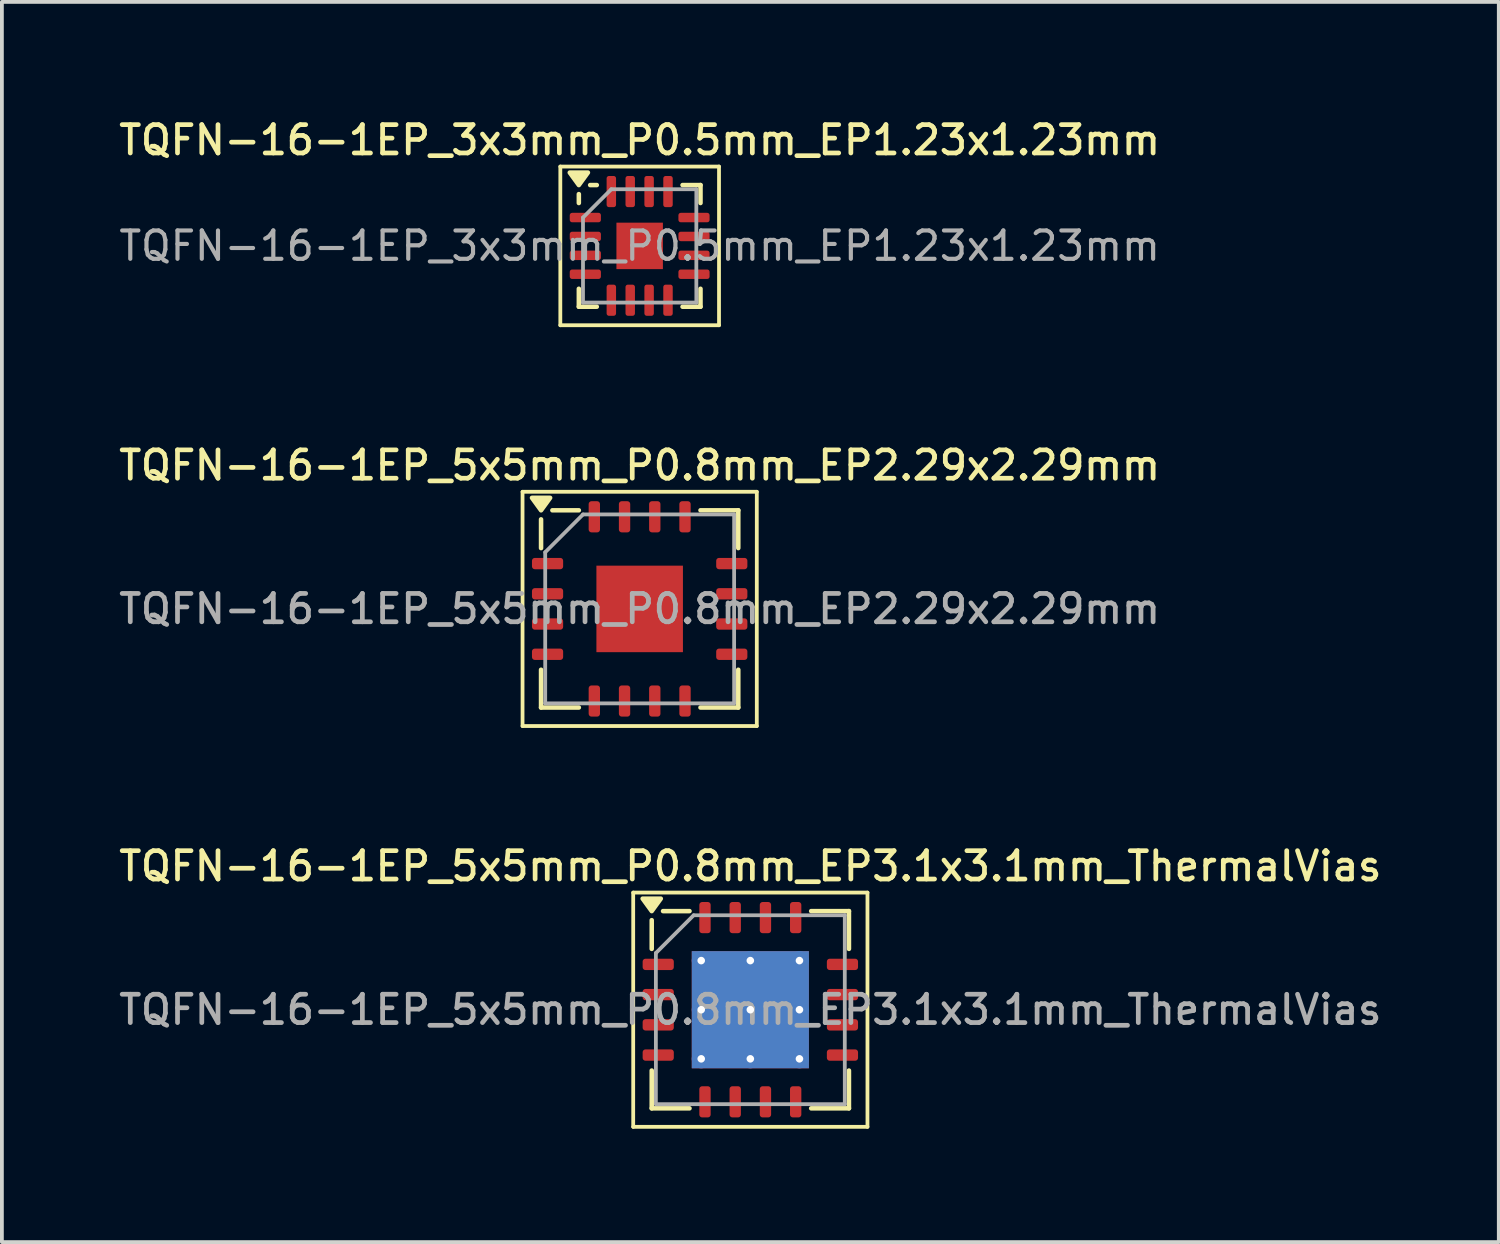
<source format=kicad_pcb>
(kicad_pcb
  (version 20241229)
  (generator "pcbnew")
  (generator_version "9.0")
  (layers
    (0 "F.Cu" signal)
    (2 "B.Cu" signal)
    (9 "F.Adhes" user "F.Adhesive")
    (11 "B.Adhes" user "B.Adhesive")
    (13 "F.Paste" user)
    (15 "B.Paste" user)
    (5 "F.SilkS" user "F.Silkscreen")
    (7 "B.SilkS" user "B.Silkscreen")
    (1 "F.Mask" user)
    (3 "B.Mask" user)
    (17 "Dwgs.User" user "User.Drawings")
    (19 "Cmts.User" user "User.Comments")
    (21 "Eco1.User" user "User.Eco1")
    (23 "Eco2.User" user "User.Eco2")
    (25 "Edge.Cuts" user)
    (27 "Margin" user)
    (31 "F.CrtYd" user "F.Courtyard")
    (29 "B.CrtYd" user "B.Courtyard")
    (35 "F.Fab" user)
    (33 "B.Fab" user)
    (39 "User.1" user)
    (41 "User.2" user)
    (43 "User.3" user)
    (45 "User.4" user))
  (footprint "TQFN-16-1EP_5x5mm_P0.8mm_EP3.1x3.1mm_ThermalVias"
    (layer "F.Cu")
    (at 16.809 23.674)
    (property "Reference" "TQFN-16-1EP_5x5mm_P0.8mm_EP3.1x3.1mm_ThermalVias" (at 0 -3.8 0) (layer "F.SilkS") (effects (font (size 0.75 0.75) (thickness 0.125))))
    (attr smd)
    (fp_line (start -3.1 -3.1) (end -3.1 3.1) (stroke (width 0.1) (type solid)) (layer "F.SilkS"))
    (fp_line (start -3.1 3.1) (end 3.1 3.1) (stroke (width 0.1) (type solid)) (layer "F.SilkS"))
    (fp_line (start -2.61 -1.61) (end -2.61 -2.37) (stroke (width 0.12) (type solid)) (layer "F.SilkS"))
    (fp_line (start -2.61 2.61) (end -2.61 1.61) (stroke (width 0.12) (type solid)) (layer "F.SilkS"))
    (fp_line (start -1.61 -2.61) (end -2.31 -2.61) (stroke (width 0.12) (type solid)) (layer "F.SilkS"))
    (fp_line (start -1.61 2.61) (end -2.61 2.61) (stroke (width 0.12) (type solid)) (layer "F.SilkS"))
    (fp_line (start 1.61 -2.61) (end 2.61 -2.61) (stroke (width 0.12) (type solid)) (layer "F.SilkS"))
    (fp_line (start 1.61 2.61) (end 2.61 2.61) (stroke (width 0.12) (type solid)) (layer "F.SilkS"))
    (fp_line (start 2.61 -2.61) (end 2.61 -1.61) (stroke (width 0.12) (type solid)) (layer "F.SilkS"))
    (fp_line (start 2.61 2.61) (end 2.61 1.61) (stroke (width 0.12) (type solid)) (layer "F.SilkS"))
    (fp_line (start 3.1 -3.1) (end -3.1 -3.1) (stroke (width 0.1) (type solid)) (layer "F.SilkS"))
    (fp_line (start 3.1 3.1) (end 3.1 -3.1) (stroke (width 0.1) (type solid)) (layer "F.SilkS"))
    (fp_poly (pts (xy -2.61 -2.61) (xy -2.85 -2.94) (xy -2.37 -2.94) (xy -2.61 -2.61)) (stroke (width 0.12) (type solid)) (fill yes) (layer "F.SilkS"))
    (fp_line (start -2.5 -1.5) (end -1.5 -2.5) (stroke (width 0.1) (type solid)) (layer "F.Fab"))
    (fp_line (start -2.5 2.5) (end -2.5 -1.5) (stroke (width 0.1) (type solid)) (layer "F.Fab"))
    (fp_line (start -1.5 -2.5) (end 2.5 -2.5) (stroke (width 0.1) (type solid)) (layer "F.Fab"))
    (fp_line (start 2.5 -2.5) (end 2.5 2.5) (stroke (width 0.1) (type solid)) (layer "F.Fab"))
    (fp_line (start 2.5 2.5) (end -2.5 2.5) (stroke (width 0.1) (type solid)) (layer "F.Fab"))
    (fp_text user "${REFERENCE}" (at 0 0 0) (layer "F.Fab") (effects (font (size 0.75 0.75) (thickness 0.125))))
    (pad "" smd roundrect (at -0.775 -0.775) (size 1.34 1.34) (layers "F.Paste") (roundrect_rratio 0.187))
    (pad "" smd roundrect (at -0.775 0.775) (size 1.34 1.34) (layers "F.Paste") (roundrect_rratio 0.187))
    (pad "" smd roundrect (at 0.775 -0.775) (size 1.34 1.34) (layers "F.Paste") (roundrect_rratio 0.187))
    (pad "" smd roundrect (at 0.775 0.775) (size 1.34 1.34) (layers "F.Paste") (roundrect_rratio 0.187))
    (pad "1" smd roundrect (at -2.438 -1.2) (size 0.825 0.3) (layers "F.Cu" "F.Mask" "F.Paste") (roundrect_rratio 0.25))
    (pad "2" smd roundrect (at -2.438 -0.4) (size 0.825 0.3) (layers "F.Cu" "F.Mask" "F.Paste") (roundrect_rratio 0.25))
    (pad "3" smd roundrect (at -2.438 0.4) (size 0.825 0.3) (layers "F.Cu" "F.Mask" "F.Paste") (roundrect_rratio 0.25))
    (pad "4" smd roundrect (at -2.438 1.2) (size 0.825 0.3) (layers "F.Cu" "F.Mask" "F.Paste") (roundrect_rratio 0.25))
    (pad "5" smd roundrect (at -1.2 2.438) (size 0.3 0.825) (layers "F.Cu" "F.Mask" "F.Paste") (roundrect_rratio 0.25))
    (pad "6" smd roundrect (at -0.4 2.438) (size 0.3 0.825) (layers "F.Cu" "F.Mask" "F.Paste") (roundrect_rratio 0.25))
    (pad "7" smd roundrect (at 0.4 2.438) (size 0.3 0.825) (layers "F.Cu" "F.Mask" "F.Paste") (roundrect_rratio 0.25))
    (pad "8" smd roundrect (at 1.2 2.438) (size 0.3 0.825) (layers "F.Cu" "F.Mask" "F.Paste") (roundrect_rratio 0.25))
    (pad "9" smd roundrect (at 2.438 1.2) (size 0.825 0.3) (layers "F.Cu" "F.Mask" "F.Paste") (roundrect_rratio 0.25))
    (pad "10" smd roundrect (at 2.438 0.4) (size 0.825 0.3) (layers "F.Cu" "F.Mask" "F.Paste") (roundrect_rratio 0.25))
    (pad "11" smd roundrect (at 2.438 -0.4) (size 0.825 0.3) (layers "F.Cu" "F.Mask" "F.Paste") (roundrect_rratio 0.25))
    (pad "12" smd roundrect (at 2.438 -1.2) (size 0.825 0.3) (layers "F.Cu" "F.Mask" "F.Paste") (roundrect_rratio 0.25))
    (pad "13" smd roundrect (at 1.2 -2.438) (size 0.3 0.825) (layers "F.Cu" "F.Mask" "F.Paste") (roundrect_rratio 0.25))
    (pad "14" smd roundrect (at 0.4 -2.438) (size 0.3 0.825) (layers "F.Cu" "F.Mask" "F.Paste") (roundrect_rratio 0.25))
    (pad "15" smd roundrect (at -0.4 -2.438) (size 0.3 0.825) (layers "F.Cu" "F.Mask" "F.Paste") (roundrect_rratio 0.25))
    (pad "16" smd roundrect (at -1.2 -2.438) (size 0.3 0.825) (layers "F.Cu" "F.Mask" "F.Paste") (roundrect_rratio 0.25))
    (pad "17" thru_hole circle (at -1.3 -1.3) (size 0.5 0.5) (drill 0.2) (property pad_prop_heatsink) (layers "*.Cu"))
    (pad "17" thru_hole circle (at -1.3 0) (size 0.5 0.5) (drill 0.2) (property pad_prop_heatsink) (layers "*.Cu"))
    (pad "17" thru_hole circle (at -1.3 1.3) (size 0.5 0.5) (drill 0.2) (property pad_prop_heatsink) (layers "*.Cu"))
    (pad "17" thru_hole circle (at 0 -1.3) (size 0.5 0.5) (drill 0.2) (property pad_prop_heatsink) (layers "*.Cu"))
    (pad "17" thru_hole circle (at 0 0) (size 0.5 0.5) (drill 0.2) (property pad_prop_heatsink) (layers "*.Cu"))
    (pad "17" smd rect (at 0 0) (size 3.1 3.1) (property pad_prop_heatsink) (layers "F.Cu" "F.Mask"))
    (pad "17" smd rect (at 0 0) (size 3.1 3.1) (property pad_prop_heatsink) (layers "B.Cu"))
    (pad "17" thru_hole circle (at 0 1.3) (size 0.5 0.5) (drill 0.2) (property pad_prop_heatsink) (layers "*.Cu"))
    (pad "17" thru_hole circle (at 1.3 -1.3) (size 0.5 0.5) (drill 0.2) (property pad_prop_heatsink) (layers "*.Cu"))
    (pad "17" thru_hole circle (at 1.3 0) (size 0.5 0.5) (drill 0.2) (property pad_prop_heatsink) (layers "*.Cu"))
    (pad "17" thru_hole circle (at 1.3 1.3) (size 0.5 0.5) (drill 0.2) (property pad_prop_heatsink) (layers "*.Cu")))
  (footprint "TQFN-16-1EP_5x5mm_P0.8mm_EP2.29x2.29mm"
    (layer "F.Cu")
    (at 13.88 13.066)
    (property "Reference" "TQFN-16-1EP_5x5mm_P0.8mm_EP2.29x2.29mm" (at 0 -3.8 0) (layer "F.SilkS") (effects (font (size 0.75 0.75) (thickness 0.125))))
    (attr smd)
    (fp_line (start -3.1 -3.1) (end -3.1 3.1) (stroke (width 0.1) (type solid)) (layer "F.SilkS"))
    (fp_line (start -3.1 3.1) (end 3.1 3.1) (stroke (width 0.1) (type solid)) (layer "F.SilkS"))
    (fp_line (start -2.61 -1.61) (end -2.61 -2.37) (stroke (width 0.12) (type solid)) (layer "F.SilkS"))
    (fp_line (start -2.61 2.61) (end -2.61 1.61) (stroke (width 0.12) (type solid)) (layer "F.SilkS"))
    (fp_line (start -1.61 -2.61) (end -2.31 -2.61) (stroke (width 0.12) (type solid)) (layer "F.SilkS"))
    (fp_line (start -1.61 2.61) (end -2.61 2.61) (stroke (width 0.12) (type solid)) (layer "F.SilkS"))
    (fp_line (start 1.61 -2.61) (end 2.61 -2.61) (stroke (width 0.12) (type solid)) (layer "F.SilkS"))
    (fp_line (start 1.61 2.61) (end 2.61 2.61) (stroke (width 0.12) (type solid)) (layer "F.SilkS"))
    (fp_line (start 2.61 -2.61) (end 2.61 -1.61) (stroke (width 0.12) (type solid)) (layer "F.SilkS"))
    (fp_line (start 2.61 2.61) (end 2.61 1.61) (stroke (width 0.12) (type solid)) (layer "F.SilkS"))
    (fp_line (start 3.1 -3.1) (end -3.1 -3.1) (stroke (width 0.1) (type solid)) (layer "F.SilkS"))
    (fp_line (start 3.1 3.1) (end 3.1 -3.1) (stroke (width 0.1) (type solid)) (layer "F.SilkS"))
    (fp_poly (pts (xy -2.61 -2.61) (xy -2.85 -2.94) (xy -2.37 -2.94) (xy -2.61 -2.61)) (stroke (width 0.12) (type solid)) (fill yes) (layer "F.SilkS"))
    (fp_line (start -2.5 -1.5) (end -1.5 -2.5) (stroke (width 0.1) (type solid)) (layer "F.Fab"))
    (fp_line (start -2.5 2.5) (end -2.5 -1.5) (stroke (width 0.1) (type solid)) (layer "F.Fab"))
    (fp_line (start -1.5 -2.5) (end 2.5 -2.5) (stroke (width 0.1) (type solid)) (layer "F.Fab"))
    (fp_line (start 2.5 -2.5) (end 2.5 2.5) (stroke (width 0.1) (type solid)) (layer "F.Fab"))
    (fp_line (start 2.5 2.5) (end -2.5 2.5) (stroke (width 0.1) (type solid)) (layer "F.Fab"))
    (fp_text user "${REFERENCE}" (at 0 0 0) (layer "F.Fab") (effects (font (size 0.75 0.75) (thickness 0.125))))
    (pad "" smd roundrect (at -0.57 -0.57) (size 0.92 0.92) (layers "F.Paste") (roundrect_rratio 0.25))
    (pad "" smd roundrect (at -0.57 0.57) (size 0.92 0.92) (layers "F.Paste") (roundrect_rratio 0.25))
    (pad "" smd roundrect (at 0.57 -0.57) (size 0.92 0.92) (layers "F.Paste") (roundrect_rratio 0.25))
    (pad "" smd roundrect (at 0.57 0.57) (size 0.92 0.92) (layers "F.Paste") (roundrect_rratio 0.25))
    (pad "1" smd roundrect (at -2.438 -1.2) (size 0.825 0.3) (layers "F.Cu" "F.Mask" "F.Paste") (roundrect_rratio 0.25))
    (pad "2" smd roundrect (at -2.438 -0.4) (size 0.825 0.3) (layers "F.Cu" "F.Mask" "F.Paste") (roundrect_rratio 0.25))
    (pad "3" smd roundrect (at -2.438 0.4) (size 0.825 0.3) (layers "F.Cu" "F.Mask" "F.Paste") (roundrect_rratio 0.25))
    (pad "4" smd roundrect (at -2.438 1.2) (size 0.825 0.3) (layers "F.Cu" "F.Mask" "F.Paste") (roundrect_rratio 0.25))
    (pad "5" smd roundrect (at -1.2 2.438) (size 0.3 0.825) (layers "F.Cu" "F.Mask" "F.Paste") (roundrect_rratio 0.25))
    (pad "6" smd roundrect (at -0.4 2.438) (size 0.3 0.825) (layers "F.Cu" "F.Mask" "F.Paste") (roundrect_rratio 0.25))
    (pad "7" smd roundrect (at 0.4 2.438) (size 0.3 0.825) (layers "F.Cu" "F.Mask" "F.Paste") (roundrect_rratio 0.25))
    (pad "8" smd roundrect (at 1.2 2.438) (size 0.3 0.825) (layers "F.Cu" "F.Mask" "F.Paste") (roundrect_rratio 0.25))
    (pad "9" smd roundrect (at 2.438 1.2) (size 0.825 0.3) (layers "F.Cu" "F.Mask" "F.Paste") (roundrect_rratio 0.25))
    (pad "10" smd roundrect (at 2.438 0.4) (size 0.825 0.3) (layers "F.Cu" "F.Mask" "F.Paste") (roundrect_rratio 0.25))
    (pad "11" smd roundrect (at 2.438 -0.4) (size 0.825 0.3) (layers "F.Cu" "F.Mask" "F.Paste") (roundrect_rratio 0.25))
    (pad "12" smd roundrect (at 2.438 -1.2) (size 0.825 0.3) (layers "F.Cu" "F.Mask" "F.Paste") (roundrect_rratio 0.25))
    (pad "13" smd roundrect (at 1.2 -2.438) (size 0.3 0.825) (layers "F.Cu" "F.Mask" "F.Paste") (roundrect_rratio 0.25))
    (pad "14" smd roundrect (at 0.4 -2.438) (size 0.3 0.825) (layers "F.Cu" "F.Mask" "F.Paste") (roundrect_rratio 0.25))
    (pad "15" smd roundrect (at -0.4 -2.438) (size 0.3 0.825) (layers "F.Cu" "F.Mask" "F.Paste") (roundrect_rratio 0.25))
    (pad "16" smd roundrect (at -1.2 -2.438) (size 0.3 0.825) (layers "F.Cu" "F.Mask" "F.Paste") (roundrect_rratio 0.25))
    (pad "17" smd rect (at 0 0) (size 2.29 2.29) (property pad_prop_heatsink) (layers "F.Cu" "F.Mask")))
  (footprint "TQFN-16-1EP_3x3mm_P0.5mm_EP1.23x1.23mm"
    (layer "F.Cu")
    (at 13.88 3.458)
    (property "Reference" "TQFN-16-1EP_3x3mm_P0.5mm_EP1.23x1.23mm" (at 0 -2.8 0) (layer "F.SilkS") (effects (font (size 0.75 0.75) (thickness 0.125))))
    (attr smd)
    (fp_line (start -2.1 -2.1) (end -2.1 2.1) (stroke (width 0.1) (type solid)) (layer "F.SilkS"))
    (fp_line (start -2.1 2.1) (end 2.1 2.1) (stroke (width 0.1) (type solid)) (layer "F.SilkS"))
    (fp_line (start -1.61 -1.135) (end -1.61 -1.37) (stroke (width 0.12) (type solid)) (layer "F.SilkS"))
    (fp_line (start -1.61 1.61) (end -1.61 1.135) (stroke (width 0.12) (type solid)) (layer "F.SilkS"))
    (fp_line (start -1.135 -1.61) (end -1.31 -1.61) (stroke (width 0.12) (type solid)) (layer "F.SilkS"))
    (fp_line (start -1.135 1.61) (end -1.61 1.61) (stroke (width 0.12) (type solid)) (layer "F.SilkS"))
    (fp_line (start 1.135 -1.61) (end 1.61 -1.61) (stroke (width 0.12) (type solid)) (layer "F.SilkS"))
    (fp_line (start 1.135 1.61) (end 1.61 1.61) (stroke (width 0.12) (type solid)) (layer "F.SilkS"))
    (fp_line (start 1.61 -1.61) (end 1.61 -1.135) (stroke (width 0.12) (type solid)) (layer "F.SilkS"))
    (fp_line (start 1.61 1.61) (end 1.61 1.135) (stroke (width 0.12) (type solid)) (layer "F.SilkS"))
    (fp_line (start 2.1 -2.1) (end -2.1 -2.1) (stroke (width 0.1) (type solid)) (layer "F.SilkS"))
    (fp_line (start 2.1 2.1) (end 2.1 -2.1) (stroke (width 0.1) (type solid)) (layer "F.SilkS"))
    (fp_poly (pts (xy -1.61 -1.61) (xy -1.85 -1.94) (xy -1.37 -1.94) (xy -1.61 -1.61)) (stroke (width 0.12) (type solid)) (fill yes) (layer "F.SilkS"))
    (fp_line (start -1.5 -0.75) (end -0.75 -1.5) (stroke (width 0.1) (type solid)) (layer "F.Fab"))
    (fp_line (start -1.5 1.5) (end -1.5 -0.75) (stroke (width 0.1) (type solid)) (layer "F.Fab"))
    (fp_line (start -0.75 -1.5) (end 1.5 -1.5) (stroke (width 0.1) (type solid)) (layer "F.Fab"))
    (fp_line (start 1.5 -1.5) (end 1.5 1.5) (stroke (width 0.1) (type solid)) (layer "F.Fab"))
    (fp_line (start 1.5 1.5) (end -1.5 1.5) (stroke (width 0.1) (type solid)) (layer "F.Fab"))
    (fp_text user "${REFERENCE}" (at 0 0 0) (layer "F.Fab") (effects (font (size 0.75 0.75) (thickness 0.11))))
    (pad "" smd roundrect (at -0.31 -0.31) (size 0.5 0.5) (layers "F.Paste") (roundrect_rratio 0.25))
    (pad "" smd roundrect (at -0.31 0.31) (size 0.5 0.5) (layers "F.Paste") (roundrect_rratio 0.25))
    (pad "" smd roundrect (at 0.31 -0.31) (size 0.5 0.5) (layers "F.Paste") (roundrect_rratio 0.25))
    (pad "" smd roundrect (at 0.31 0.31) (size 0.5 0.5) (layers "F.Paste") (roundrect_rratio 0.25))
    (pad "1" smd roundrect (at -1.438 -0.75) (size 0.825 0.25) (layers "F.Cu" "F.Mask" "F.Paste") (roundrect_rratio 0.25))
    (pad "2" smd roundrect (at -1.438 -0.25) (size 0.825 0.25) (layers "F.Cu" "F.Mask" "F.Paste") (roundrect_rratio 0.25))
    (pad "3" smd roundrect (at -1.438 0.25) (size 0.825 0.25) (layers "F.Cu" "F.Mask" "F.Paste") (roundrect_rratio 0.25))
    (pad "4" smd roundrect (at -1.438 0.75) (size 0.825 0.25) (layers "F.Cu" "F.Mask" "F.Paste") (roundrect_rratio 0.25))
    (pad "5" smd roundrect (at -0.75 1.438) (size 0.25 0.825) (layers "F.Cu" "F.Mask" "F.Paste") (roundrect_rratio 0.25))
    (pad "6" smd roundrect (at -0.25 1.438) (size 0.25 0.825) (layers "F.Cu" "F.Mask" "F.Paste") (roundrect_rratio 0.25))
    (pad "7" smd roundrect (at 0.25 1.438) (size 0.25 0.825) (layers "F.Cu" "F.Mask" "F.Paste") (roundrect_rratio 0.25))
    (pad "8" smd roundrect (at 0.75 1.438) (size 0.25 0.825) (layers "F.Cu" "F.Mask" "F.Paste") (roundrect_rratio 0.25))
    (pad "9" smd roundrect (at 1.438 0.75) (size 0.825 0.25) (layers "F.Cu" "F.Mask" "F.Paste") (roundrect_rratio 0.25))
    (pad "10" smd roundrect (at 1.438 0.25) (size 0.825 0.25) (layers "F.Cu" "F.Mask" "F.Paste") (roundrect_rratio 0.25))
    (pad "11" smd roundrect (at 1.438 -0.25) (size 0.825 0.25) (layers "F.Cu" "F.Mask" "F.Paste") (roundrect_rratio 0.25))
    (pad "12" smd roundrect (at 1.438 -0.75) (size 0.825 0.25) (layers "F.Cu" "F.Mask" "F.Paste") (roundrect_rratio 0.25))
    (pad "13" smd roundrect (at 0.75 -1.438) (size 0.25 0.825) (layers "F.Cu" "F.Mask" "F.Paste") (roundrect_rratio 0.25))
    (pad "14" smd roundrect (at 0.25 -1.438) (size 0.25 0.825) (layers "F.Cu" "F.Mask" "F.Paste") (roundrect_rratio 0.25))
    (pad "15" smd roundrect (at -0.25 -1.438) (size 0.25 0.825) (layers "F.Cu" "F.Mask" "F.Paste") (roundrect_rratio 0.25))
    (pad "16" smd roundrect (at -0.75 -1.438) (size 0.25 0.825) (layers "F.Cu" "F.Mask" "F.Paste") (roundrect_rratio 0.25))
    (pad "17" smd rect (at 0 0) (size 1.23 1.23) (property pad_prop_heatsink) (layers "F.Cu" "F.Mask")))
  (gr_rect
    (start -3 -3)
    (end 36.618 29.824)
    (stroke (width 0.1) (type default))
    (fill no)
    (layer "Edge.Cuts")))
</source>
